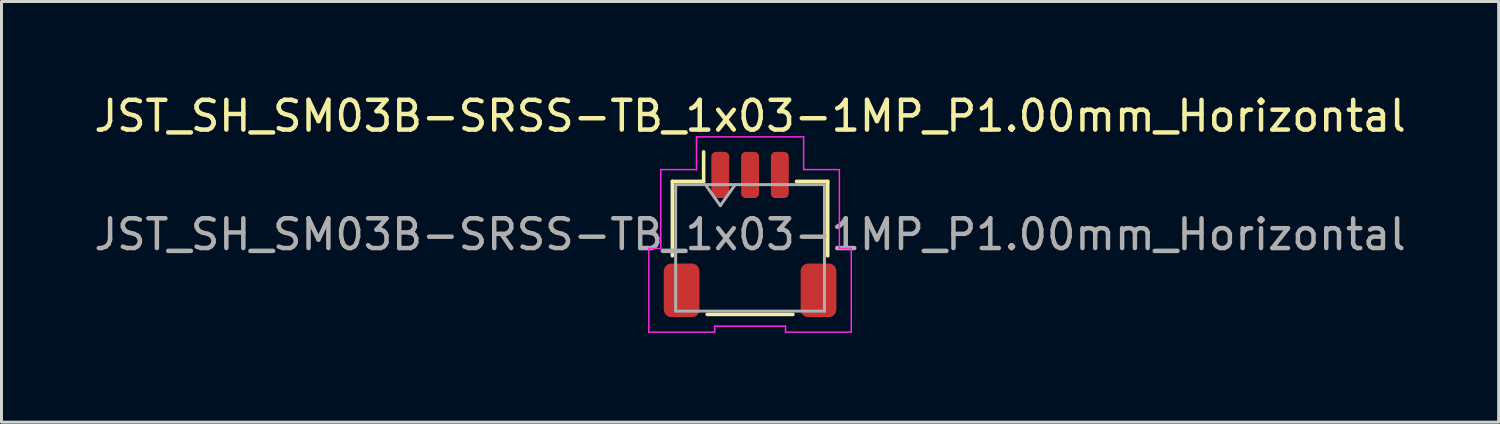
<source format=kicad_pcb>
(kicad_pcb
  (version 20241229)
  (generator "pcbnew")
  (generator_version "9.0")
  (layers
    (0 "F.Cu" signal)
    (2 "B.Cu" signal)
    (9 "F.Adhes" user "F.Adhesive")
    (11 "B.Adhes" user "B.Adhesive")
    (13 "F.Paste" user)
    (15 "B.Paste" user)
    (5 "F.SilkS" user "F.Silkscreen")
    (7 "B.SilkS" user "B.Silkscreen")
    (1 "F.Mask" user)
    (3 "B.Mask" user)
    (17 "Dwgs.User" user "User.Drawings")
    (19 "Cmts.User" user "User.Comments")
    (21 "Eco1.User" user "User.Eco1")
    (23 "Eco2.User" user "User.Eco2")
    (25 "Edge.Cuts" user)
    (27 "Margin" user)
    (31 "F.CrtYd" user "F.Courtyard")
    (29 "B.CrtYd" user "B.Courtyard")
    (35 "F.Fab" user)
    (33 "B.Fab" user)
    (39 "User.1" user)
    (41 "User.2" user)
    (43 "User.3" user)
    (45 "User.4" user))
  (footprint "JST_SH_SM03B-SRSS-TB_1x03-1MP_P1.00mm_Horizontal"
    (layer "F.Cu")
    (at 22.149 4.828)
    (property "Reference" "JST_SH_SM03B-SRSS-TB_1x03-1MP_P1.00mm_Horizontal" (at 0 -3.98 0) (layer "F.SilkS") (effects (font (size 1 1) (thickness 0.15))))
    (attr smd)
    (fp_line (start -2.61 -1.785) (end -1.56 -1.785) (stroke (width 0.12) (type solid)) (layer "F.SilkS"))
    (fp_line (start -2.61 0.715) (end -2.61 -1.785) (stroke (width 0.12) (type solid)) (layer "F.SilkS"))
    (fp_line (start -1.56 -1.785) (end -1.56 -2.775) (stroke (width 0.12) (type solid)) (layer "F.SilkS"))
    (fp_line (start -1.44 2.685) (end 1.44 2.685) (stroke (width 0.12) (type solid)) (layer "F.SilkS"))
    (fp_line (start 2.61 -1.785) (end 1.56 -1.785) (stroke (width 0.12) (type solid)) (layer "F.SilkS"))
    (fp_line (start 2.61 0.715) (end 2.61 -1.785) (stroke (width 0.12) (type solid)) (layer "F.SilkS"))
    (fp_line (start -3.4 0.47) (end -3 0.47) (stroke (width 0.05) (type solid)) (layer "F.CrtYd"))
    (fp_line (start -3.4 3.28) (end -3.4 0.47) (stroke (width 0.05) (type solid)) (layer "F.CrtYd"))
    (fp_line (start -3 -2.18) (end -1.8 -2.18) (stroke (width 0.05) (type solid)) (layer "F.CrtYd"))
    (fp_line (start -3 0.47) (end -3 -2.18) (stroke (width 0.05) (type solid)) (layer "F.CrtYd"))
    (fp_line (start -1.8 -3.28) (end 1.8 -3.28) (stroke (width 0.05) (type solid)) (layer "F.CrtYd"))
    (fp_line (start -1.8 -2.18) (end -1.8 -3.28) (stroke (width 0.05) (type solid)) (layer "F.CrtYd"))
    (fp_line (start -1.19 3.08) (end -1.19 3.28) (stroke (width 0.05) (type solid)) (layer "F.CrtYd"))
    (fp_line (start -1.19 3.28) (end -3.4 3.28) (stroke (width 0.05) (type solid)) (layer "F.CrtYd"))
    (fp_line (start 1.19 3.08) (end -1.19 3.08) (stroke (width 0.05) (type solid)) (layer "F.CrtYd"))
    (fp_line (start 1.19 3.28) (end 1.19 3.08) (stroke (width 0.05) (type solid)) (layer "F.CrtYd"))
    (fp_line (start 1.8 -3.28) (end 1.8 -2.18) (stroke (width 0.05) (type solid)) (layer "F.CrtYd"))
    (fp_line (start 1.8 -2.18) (end 3 -2.18) (stroke (width 0.05) (type solid)) (layer "F.CrtYd"))
    (fp_line (start 3 -2.18) (end 3 0.47) (stroke (width 0.05) (type solid)) (layer "F.CrtYd"))
    (fp_line (start 3 0.47) (end 3.4 0.47) (stroke (width 0.05) (type solid)) (layer "F.CrtYd"))
    (fp_line (start 3.4 0.47) (end 3.4 3.28) (stroke (width 0.05) (type solid)) (layer "F.CrtYd"))
    (fp_line (start 3.4 3.28) (end 1.19 3.28) (stroke (width 0.05) (type solid)) (layer "F.CrtYd"))
    (fp_line (start -2.5 -1.675) (end -2.5 2.575) (stroke (width 0.1) (type solid)) (layer "F.Fab"))
    (fp_line (start -2.5 -1.675) (end 2.5 -1.675) (stroke (width 0.1) (type solid)) (layer "F.Fab"))
    (fp_line (start -2.5 2.575) (end 2.5 2.575) (stroke (width 0.1) (type solid)) (layer "F.Fab"))
    (fp_line (start -1.5 -1.675) (end -1 -0.968) (stroke (width 0.1) (type solid)) (layer "F.Fab"))
    (fp_line (start -1 -0.968) (end -0.5 -1.675) (stroke (width 0.1) (type solid)) (layer "F.Fab"))
    (fp_line (start 2.5 -1.675) (end 2.5 2.575) (stroke (width 0.1) (type solid)) (layer "F.Fab"))
    (fp_text user "${REFERENCE}" (at 0 0 0) (layer "F.Fab") (effects (font (size 1 1) (thickness 0.15))))
    (pad "1" smd roundrect (at -1 -2) (size 0.6 1.55) (layers "F.Cu" "F.Mask" "F.Paste") (roundrect_rratio 0.25))
    (pad "2" smd roundrect (at 0 -2) (size 0.6 1.55) (layers "F.Cu" "F.Mask" "F.Paste") (roundrect_rratio 0.25))
    (pad "3" smd roundrect (at 1 -2) (size 0.6 1.55) (layers "F.Cu" "F.Mask" "F.Paste") (roundrect_rratio 0.25))
    (pad "MP" smd roundrect (at -2.3 1.875) (size 1.2 1.8) (layers "F.Cu" "F.Mask" "F.Paste") (roundrect_rratio 0.208))
    (pad "MP" smd roundrect (at 2.3 1.875) (size 1.2 1.8) (layers "F.Cu" "F.Mask" "F.Paste") (roundrect_rratio 0.208)))
  (gr_rect
    (start -3 -3)
    (end 47.298 11.133)
    (stroke (width 0.1) (type default))
    (fill no)
    (layer "Edge.Cuts")))
</source>
